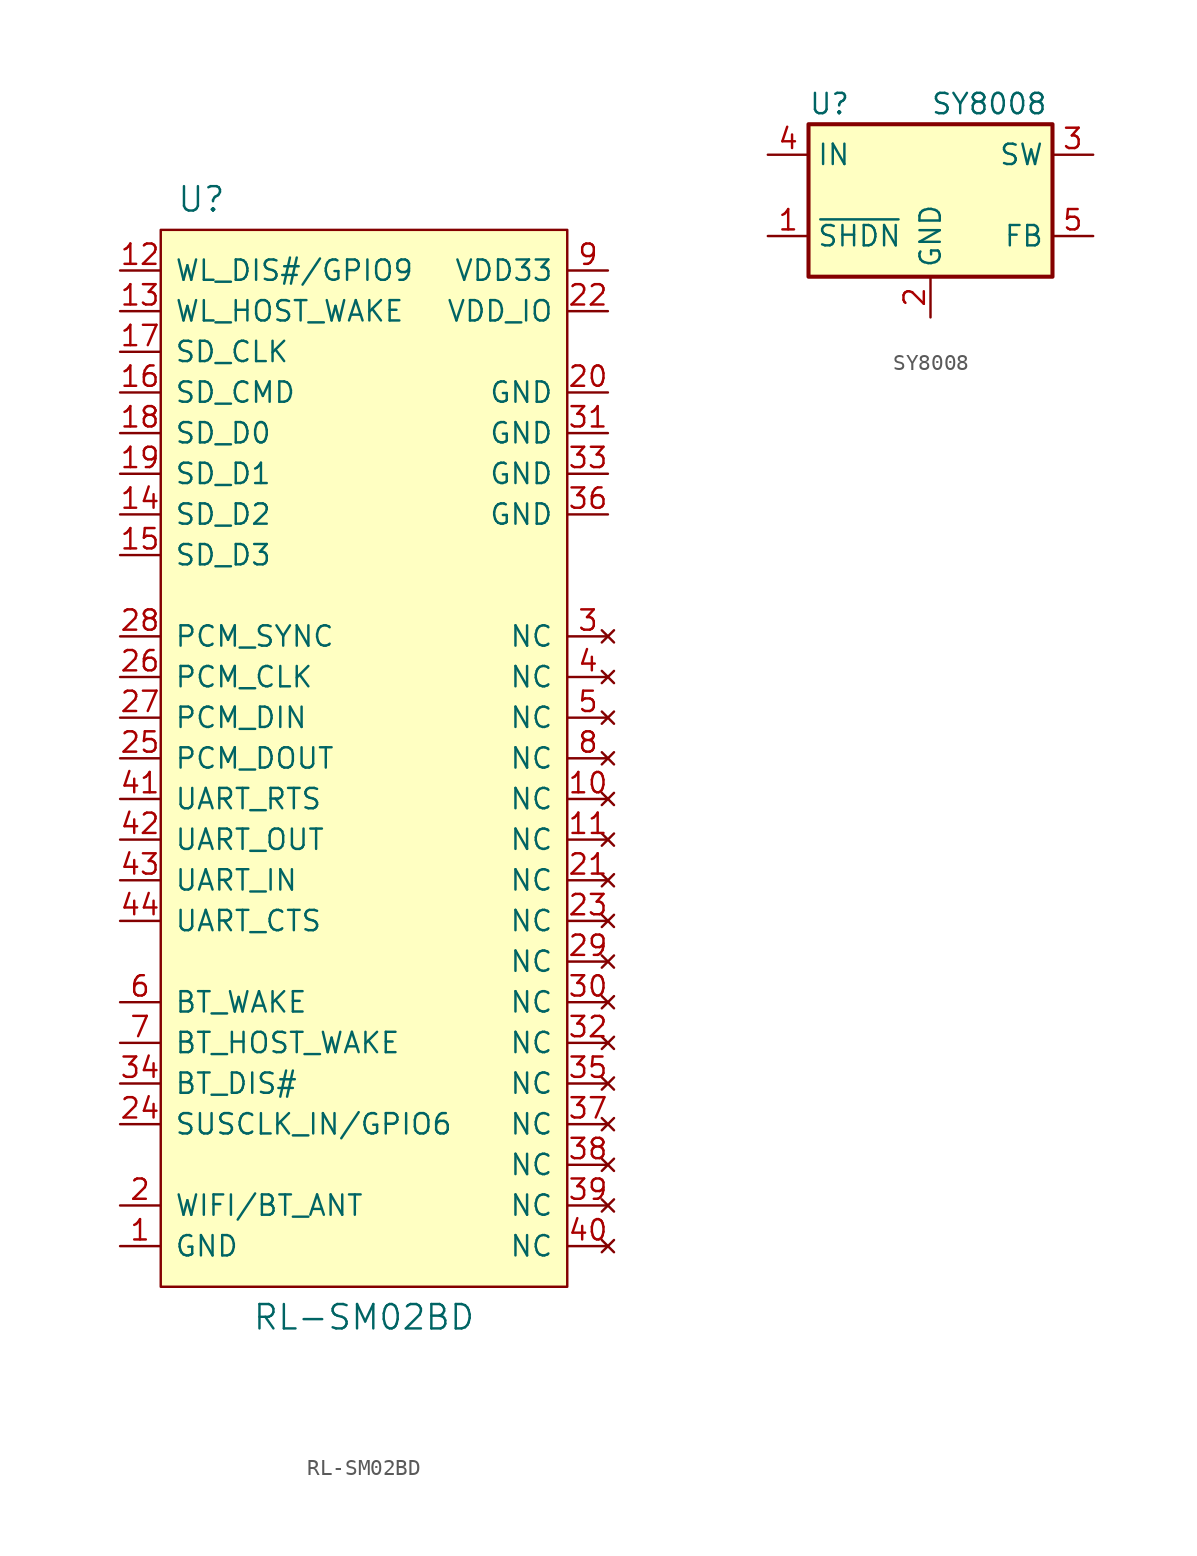
<source format=kicad_sym>
(kicad_symbol_lib
  (version 20210619)
  (generator kicad_symbol_editor)
  (symbol "symbols:RL-SM02BD"
    (pin_names
      (offset 0.889))
    (property "Reference" "U"
      (at -10.16 34.925 0)
      (effects (font (size 1.524 1.524))))
    (property "Value" "RL-SM02BD"
      (at 0 -34.925 0)
      (effects (font (size 1.524 1.524))))
    (symbol "RL-SM02BD_0_1"
      (rectangle (start 12.7 33.02) (end -12.7 -33.02) (stroke (width 0)) (fill (type background))))
    (symbol "RL-SM02BD_1_1"
      (pin power_in line (at -15.24 -30.48 0) (length 2.489) (name "GND" (effects (font (size 1.27 1.27)))) (number "1" (effects (font (size 1.27 1.27)))))
      (pin no_connect line (at 15.24 -2.54 180) (length 2.489) (name "NC" (effects (font (size 1.27 1.27)))) (number "10" (effects (font (size 1.27 1.27)))))
      (pin no_connect line (at 15.24 -5.08 180) (length 2.489) (name "NC" (effects (font (size 1.27 1.27)))) (number "11" (effects (font (size 1.27 1.27)))))
      (pin bidirectional line (at -15.24 30.48 0) (length 2.489) (name "WL_DIS#/GPIO9" (effects (font (size 1.27 1.27)))) (number "12" (effects (font (size 1.27 1.27)))))
      (pin input line (at -15.24 27.94 0) (length 2.489) (name "WL_HOST_WAKE" (effects (font (size 1.27 1.27)))) (number "13" (effects (font (size 1.27 1.27)))))
      (pin bidirectional line (at -15.24 15.24 0) (length 2.489) (name "SD_D2" (effects (font (size 1.27 1.27)))) (number "14" (effects (font (size 1.27 1.27)))))
      (pin bidirectional line (at -15.24 12.7 0) (length 2.489) (name "SD_D3" (effects (font (size 1.27 1.27)))) (number "15" (effects (font (size 1.27 1.27)))))
      (pin bidirectional line (at -15.24 22.86 0) (length 2.489) (name "SD_CMD" (effects (font (size 1.27 1.27)))) (number "16" (effects (font (size 1.27 1.27)))))
      (pin input line (at -15.24 25.4 0) (length 2.489) (name "SD_CLK" (effects (font (size 1.27 1.27)))) (number "17" (effects (font (size 1.27 1.27)))))
      (pin bidirectional line (at -15.24 20.32 0) (length 2.489) (name "SD_D0" (effects (font (size 1.27 1.27)))) (number "18" (effects (font (size 1.27 1.27)))))
      (pin bidirectional line (at -15.24 17.78 0) (length 2.489) (name "SD_D1" (effects (font (size 1.27 1.27)))) (number "19" (effects (font (size 1.27 1.27)))))
      (pin bidirectional line (at -15.24 -27.94 0) (length 2.489) (name "WIFI/BT_ANT" (effects (font (size 1.27 1.27)))) (number "2" (effects (font (size 1.27 1.27)))))
      (pin power_in line (at 15.24 22.86 180) (length 2.489) (name "GND" (effects (font (size 1.27 1.27)))) (number "20" (effects (font (size 1.27 1.27)))))
      (pin no_connect line (at 15.24 -7.62 180) (length 2.489) (name "NC" (effects (font (size 1.27 1.27)))) (number "21" (effects (font (size 1.27 1.27)))))
      (pin power_in line (at 15.24 27.94 180) (length 2.489) (name "VDD_IO" (effects (font (size 1.27 1.27)))) (number "22" (effects (font (size 1.27 1.27)))))
      (pin no_connect line (at 15.24 -10.16 180) (length 2.489) (name "NC" (effects (font (size 1.27 1.27)))) (number "23" (effects (font (size 1.27 1.27)))))
      (pin bidirectional line (at -15.24 -22.86 0) (length 2.489) (name "SUSCLK_IN/GPIO6" (effects (font (size 1.27 1.27)))) (number "24" (effects (font (size 1.27 1.27)))))
      (pin output line (at -15.24 0 0) (length 2.489) (name "PCM_DOUT" (effects (font (size 1.27 1.27)))) (number "25" (effects (font (size 1.27 1.27)))))
      (pin input line (at -15.24 5.08 0) (length 2.489) (name "PCM_CLK" (effects (font (size 1.27 1.27)))) (number "26" (effects (font (size 1.27 1.27)))))
      (pin input line (at -15.24 2.54 0) (length 2.489) (name "PCM_DIN" (effects (font (size 1.27 1.27)))) (number "27" (effects (font (size 1.27 1.27)))))
      (pin input line (at -15.24 7.62 0) (length 2.489) (name "PCM_SYNC" (effects (font (size 1.27 1.27)))) (number "28" (effects (font (size 1.27 1.27)))))
      (pin no_connect line (at 15.24 -12.7 180) (length 2.489) (name "NC" (effects (font (size 1.27 1.27)))) (number "29" (effects (font (size 1.27 1.27)))))
      (pin no_connect line (at 15.24 7.62 180) (length 2.489) (name "NC" (effects (font (size 1.27 1.27)))) (number "3" (effects (font (size 1.27 1.27)))))
      (pin no_connect line (at 15.24 -15.24 180) (length 2.489) (name "NC" (effects (font (size 1.27 1.27)))) (number "30" (effects (font (size 1.27 1.27)))))
      (pin power_in line (at 15.24 20.32 180) (length 2.489) (name "GND" (effects (font (size 1.27 1.27)))) (number "31" (effects (font (size 1.27 1.27)))))
      (pin no_connect line (at 15.24 -17.78 180) (length 2.489) (name "NC" (effects (font (size 1.27 1.27)))) (number "32" (effects (font (size 1.27 1.27)))))
      (pin power_in line (at 15.24 17.78 180) (length 2.489) (name "GND" (effects (font (size 1.27 1.27)))) (number "33" (effects (font (size 1.27 1.27)))))
      (pin input line (at -15.24 -20.32 0) (length 2.489) (name "BT_DIS#" (effects (font (size 1.27 1.27)))) (number "34" (effects (font (size 1.27 1.27)))))
      (pin no_connect line (at 15.24 -20.32 180) (length 2.489) (name "NC" (effects (font (size 1.27 1.27)))) (number "35" (effects (font (size 1.27 1.27)))))
      (pin power_in line (at 15.24 15.24 180) (length 2.489) (name "GND" (effects (font (size 1.27 1.27)))) (number "36" (effects (font (size 1.27 1.27)))))
      (pin no_connect line (at 15.24 -22.86 180) (length 2.489) (name "NC" (effects (font (size 1.27 1.27)))) (number "37" (effects (font (size 1.27 1.27)))))
      (pin no_connect line (at 15.24 -25.4 180) (length 2.489) (name "NC" (effects (font (size 1.27 1.27)))) (number "38" (effects (font (size 1.27 1.27)))))
      (pin no_connect line (at 15.24 -27.94 180) (length 2.489) (name "NC" (effects (font (size 1.27 1.27)))) (number "39" (effects (font (size 1.27 1.27)))))
      (pin no_connect line (at 15.24 5.08 180) (length 2.489) (name "NC" (effects (font (size 1.27 1.27)))) (number "4" (effects (font (size 1.27 1.27)))))
      (pin no_connect line (at 15.24 -30.48 180) (length 2.489) (name "NC" (effects (font (size 1.27 1.27)))) (number "40" (effects (font (size 1.27 1.27)))))
      (pin output line (at -15.24 -2.54 0) (length 2.489) (name "UART_RTS" (effects (font (size 1.27 1.27)))) (number "41" (effects (font (size 1.27 1.27)))))
      (pin output line (at -15.24 -5.08 0) (length 2.489) (name "UART_OUT" (effects (font (size 1.27 1.27)))) (number "42" (effects (font (size 1.27 1.27)))))
      (pin input line (at -15.24 -7.62 0) (length 2.489) (name "UART_IN" (effects (font (size 1.27 1.27)))) (number "43" (effects (font (size 1.27 1.27)))))
      (pin input line (at -15.24 -10.16 0) (length 2.489) (name "UART_CTS" (effects (font (size 1.27 1.27)))) (number "44" (effects (font (size 1.27 1.27)))))
      (pin no_connect line (at 15.24 2.54 180) (length 2.489) (name "NC" (effects (font (size 1.27 1.27)))) (number "5" (effects (font (size 1.27 1.27)))))
      (pin input line (at -15.24 -15.24 0) (length 2.489) (name "BT_WAKE" (effects (font (size 1.27 1.27)))) (number "6" (effects (font (size 1.27 1.27)))))
      (pin output line (at -15.24 -17.78 0) (length 2.489) (name "BT_HOST_WAKE" (effects (font (size 1.27 1.27)))) (number "7" (effects (font (size 1.27 1.27)))))
      (pin no_connect line (at 15.24 0 180) (length 2.489) (name "NC" (effects (font (size 1.27 1.27)))) (number "8" (effects (font (size 1.27 1.27)))))
      (pin power_in line (at 15.24 30.48 180) (length 2.489) (name "VDD33" (effects (font (size 1.27 1.27)))) (number "9" (effects (font (size 1.27 1.27)))))))
  (symbol "symbols:SY8008"
    (property "Reference" "U"
      (at -7.62 5.715 0)
      (effects (font (size 1.27 1.27)) (justify left)))
    (property "Value" "SY8008"
      (at 0 5.715 0)
      (effects (font (size 1.27 1.27)) (justify left)))
    (symbol "SY8008_0_1"
      (rectangle (start -7.62 4.445) (end 7.62 -5.08) (stroke (width 0.254)) (fill (type background))))
    (symbol "SY8008_1_1"
      (pin input line (at -10.16 -2.54 0) (length 2.54) (name "~{SHDN}" (effects (font (size 1.27 1.27)))) (number "1" (effects (font (size 1.27 1.27)))))
      (pin power_in line (at 0 -7.62 90) (length 2.54) (name "GND" (effects (font (size 1.27 1.27)))) (number "2" (effects (font (size 1.27 1.27)))))
      (pin passive line (at 10.16 2.54 180) (length 2.54) (name "SW" (effects (font (size 1.27 1.27)))) (number "3" (effects (font (size 1.27 1.27)))))
      (pin power_in line (at -10.16 2.54 0) (length 2.54) (name "IN" (effects (font (size 1.27 1.27)))) (number "4" (effects (font (size 1.27 1.27)))))
      (pin input line (at 10.16 -2.54 180) (length 2.54) (name "FB" (effects (font (size 1.27 1.27)))) (number "5" (effects (font (size 1.27 1.27))))))))
</source>
